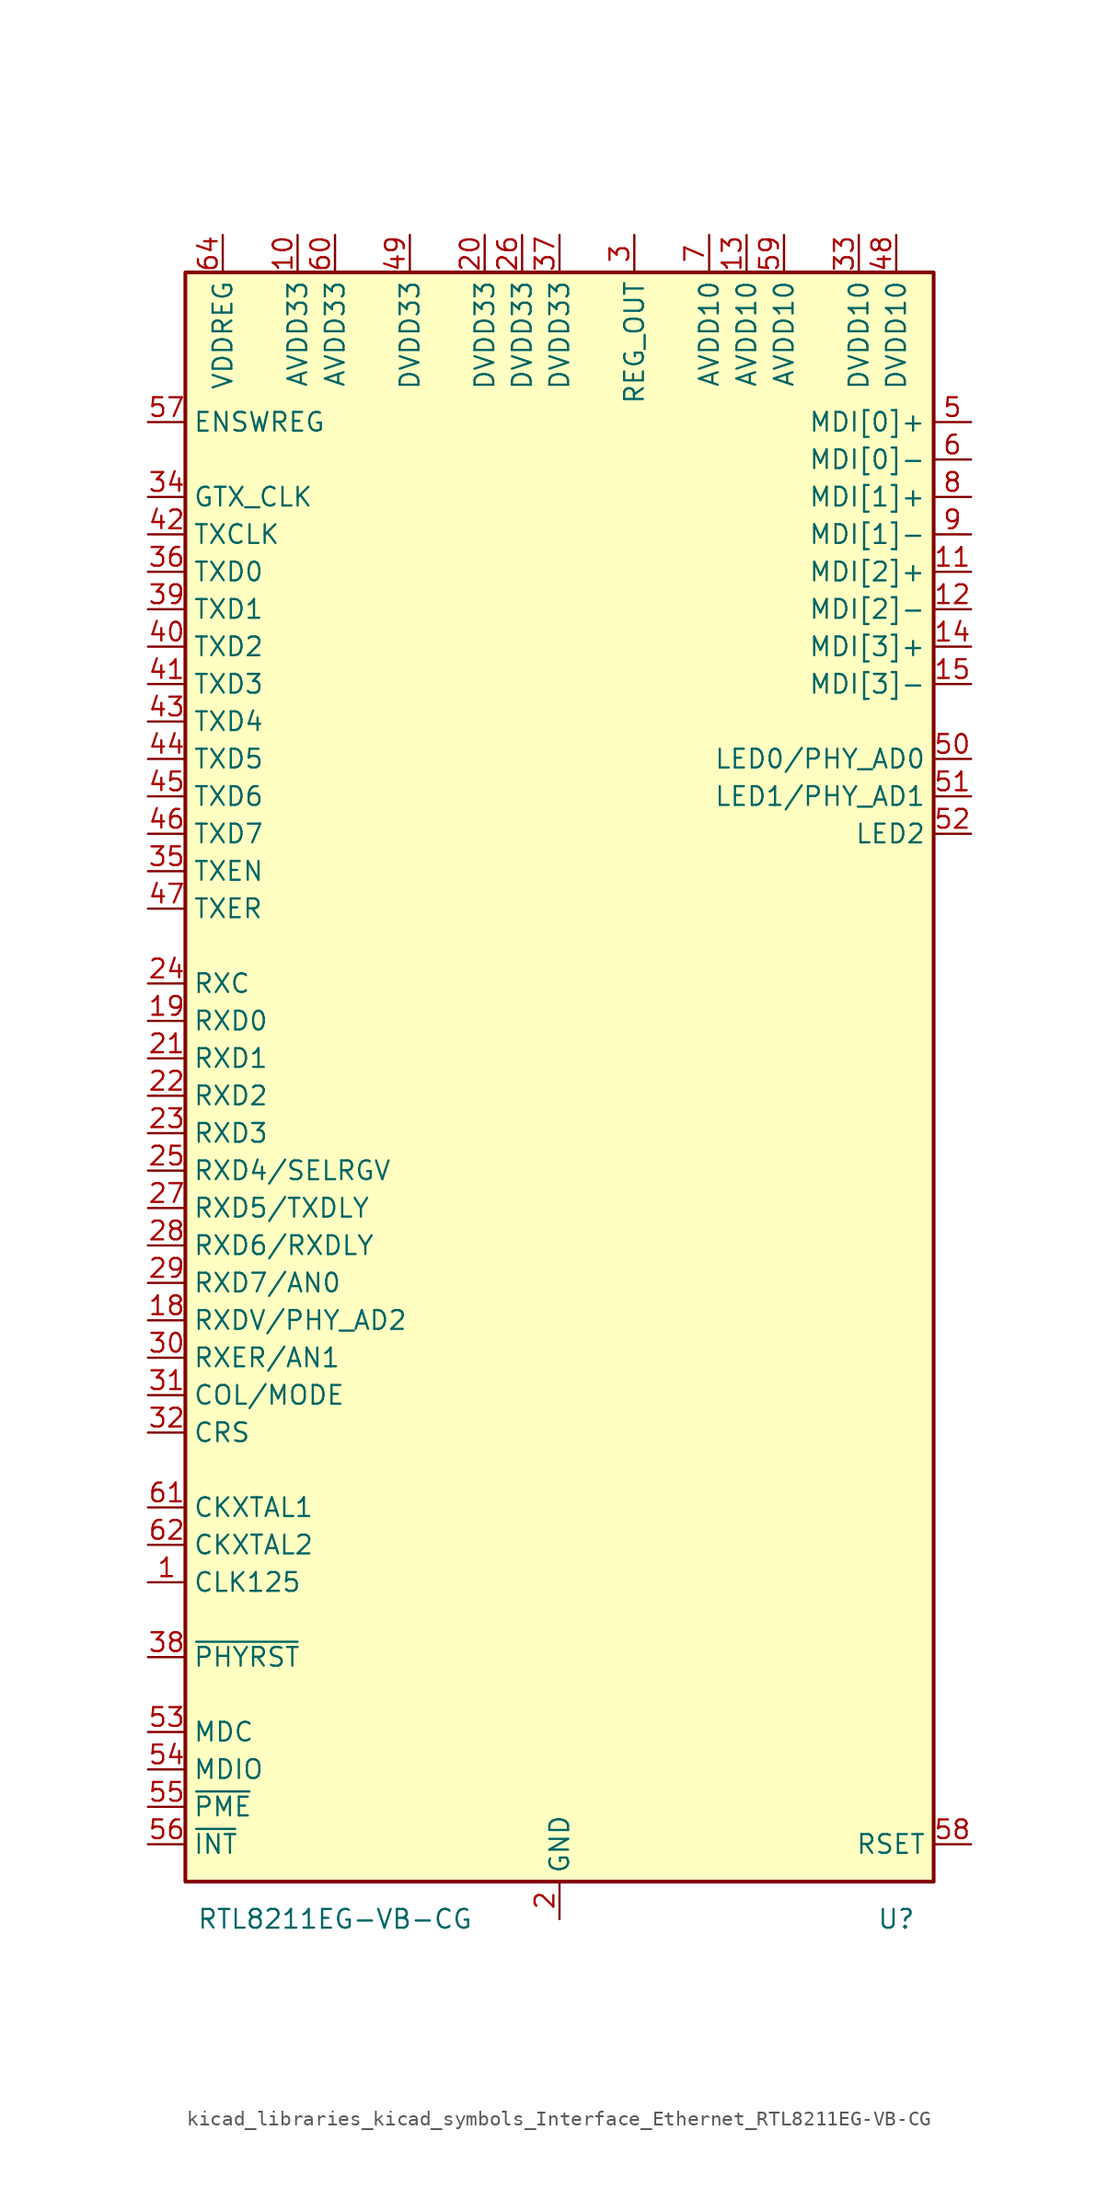
<source format=kicad_sym>
(kicad_symbol_lib
  (version 20220914)
  (generator kicad_symbol_editor)
  (symbol "kicad_libraries_kicad_symbols_Interface_Ethernet_RTL8211EG-VB-CG"
    (property "Reference" "U"
      (at 22.86 -58.42 0)
      (effects (font (size 1.27 1.27))))
    (property "Value" "RTL8211EG-VB-CG"
      (at -15.24 -58.42 0)
      (effects (font (size 1.27 1.27))))
    (symbol "kicad_libraries_kicad_symbols_Interface_Ethernet_RTL8211EG-VB-CG_0_1"
      (rectangle (start -25.4 53.34) (end 25.4 -55.88) (stroke (width 0.254) (type default)) (fill (type background))))
    (symbol "kicad_libraries_kicad_symbols_Interface_Ethernet_RTL8211EG-VB-CG_1_1"
      (pin output line (at -27.94 -35.56 0) (length 2.54) (name "CLK125" (effects (font (size 1.27 1.27)))) (number "1" (effects (font (size 1.27 1.27)))))
      (pin power_in line (at -17.78 55.88 270) (length 2.54) (name "AVDD33" (effects (font (size 1.27 1.27)))) (number "10" (effects (font (size 1.27 1.27)))))
      (pin bidirectional line (at 27.94 33.02 180) (length 2.54) (name "MDI[2]+" (effects (font (size 1.27 1.27)))) (number "11" (effects (font (size 1.27 1.27)))))
      (pin bidirectional line (at 27.94 30.48 180) (length 2.54) (name "MDI[2]-" (effects (font (size 1.27 1.27)))) (number "12" (effects (font (size 1.27 1.27)))))
      (pin power_in line (at 12.7 55.88 270) (length 2.54) (name "AVDD10" (effects (font (size 1.27 1.27)))) (number "13" (effects (font (size 1.27 1.27)))))
      (pin bidirectional line (at 27.94 27.94 180) (length 2.54) (name "MDI[3]+" (effects (font (size 1.27 1.27)))) (number "14" (effects (font (size 1.27 1.27)))))
      (pin bidirectional line (at 27.94 25.4 180) (length 2.54) (name "MDI[3]-" (effects (font (size 1.27 1.27)))) (number "15" (effects (font (size 1.27 1.27)))))
      (pin no_connect line (at 25.4 5.08 180) (length 2.54) hide (name "NC" (effects (font (size 1.27 1.27)))) (number "16" (effects (font (size 1.27 1.27)))))
      (pin no_connect line (at 25.4 2.54 180) (length 2.54) hide (name "NC" (effects (font (size 1.27 1.27)))) (number "17" (effects (font (size 1.27 1.27)))))
      (pin bidirectional line (at -27.94 -17.78 0) (length 2.54) (name "RXDV/PHY_AD2" (effects (font (size 1.27 1.27)))) (number "18" (effects (font (size 1.27 1.27)))))
      (pin output line (at -27.94 2.54 0) (length 2.54) (name "RXD0" (effects (font (size 1.27 1.27)))) (number "19" (effects (font (size 1.27 1.27)))))
      (pin power_in line (at 0 -58.42 90) (length 2.54) (name "GND" (effects (font (size 1.27 1.27)))) (number "2" (effects (font (size 1.27 1.27)))))
      (pin power_in line (at -5.08 55.88 270) (length 2.54) (name "DVDD33" (effects (font (size 1.27 1.27)))) (number "20" (effects (font (size 1.27 1.27)))))
      (pin output line (at -27.94 0 0) (length 2.54) (name "RXD1" (effects (font (size 1.27 1.27)))) (number "21" (effects (font (size 1.27 1.27)))))
      (pin output line (at -27.94 -2.54 0) (length 2.54) (name "RXD2" (effects (font (size 1.27 1.27)))) (number "22" (effects (font (size 1.27 1.27)))))
      (pin output line (at -27.94 -5.08 0) (length 2.54) (name "RXD3" (effects (font (size 1.27 1.27)))) (number "23" (effects (font (size 1.27 1.27)))))
      (pin output line (at -27.94 5.08 0) (length 2.54) (name "RXC" (effects (font (size 1.27 1.27)))) (number "24" (effects (font (size 1.27 1.27)))))
      (pin bidirectional line (at -27.94 -7.62 0) (length 2.54) (name "RXD4/SELRGV" (effects (font (size 1.27 1.27)))) (number "25" (effects (font (size 1.27 1.27)))))
      (pin power_in line (at -2.54 55.88 270) (length 2.54) (name "DVDD33" (effects (font (size 1.27 1.27)))) (number "26" (effects (font (size 1.27 1.27)))))
      (pin bidirectional line (at -27.94 -10.16 0) (length 2.54) (name "RXD5/TXDLY" (effects (font (size 1.27 1.27)))) (number "27" (effects (font (size 1.27 1.27)))))
      (pin bidirectional line (at -27.94 -12.7 0) (length 2.54) (name "RXD6/RXDLY" (effects (font (size 1.27 1.27)))) (number "28" (effects (font (size 1.27 1.27)))))
      (pin bidirectional line (at -27.94 -15.24 0) (length 2.54) (name "RXD7/AN0" (effects (font (size 1.27 1.27)))) (number "29" (effects (font (size 1.27 1.27)))))
      (pin power_out line (at 5.08 55.88 270) (length 2.54) (name "REG_OUT" (effects (font (size 1.27 1.27)))) (number "3" (effects (font (size 1.27 1.27)))))
      (pin bidirectional line (at -27.94 -20.32 0) (length 2.54) (name "RXER/AN1" (effects (font (size 1.27 1.27)))) (number "30" (effects (font (size 1.27 1.27)))))
      (pin bidirectional line (at -27.94 -22.86 0) (length 2.54) (name "COL/MODE" (effects (font (size 1.27 1.27)))) (number "31" (effects (font (size 1.27 1.27)))))
      (pin output line (at -27.94 -25.4 0) (length 2.54) (name "CRS" (effects (font (size 1.27 1.27)))) (number "32" (effects (font (size 1.27 1.27)))))
      (pin power_in line (at 20.32 55.88 270) (length 2.54) (name "DVDD10" (effects (font (size 1.27 1.27)))) (number "33" (effects (font (size 1.27 1.27)))))
      (pin input line (at -27.94 38.1 0) (length 2.54) (name "GTX_CLK" (effects (font (size 1.27 1.27)))) (number "34" (effects (font (size 1.27 1.27)))))
      (pin input line (at -27.94 12.7 0) (length 2.54) (name "TXEN" (effects (font (size 1.27 1.27)))) (number "35" (effects (font (size 1.27 1.27)))))
      (pin input line (at -27.94 33.02 0) (length 2.54) (name "TXD0" (effects (font (size 1.27 1.27)))) (number "36" (effects (font (size 1.27 1.27)))))
      (pin power_in line (at 0 55.88 270) (length 2.54) (name "DVDD33" (effects (font (size 1.27 1.27)))) (number "37" (effects (font (size 1.27 1.27)))))
      (pin input line (at -27.94 -40.64 0) (length 2.54) (name "~{PHYRST}" (effects (font (size 1.27 1.27)))) (number "38" (effects (font (size 1.27 1.27)))))
      (pin input line (at -27.94 30.48 0) (length 2.54) (name "TXD1" (effects (font (size 1.27 1.27)))) (number "39" (effects (font (size 1.27 1.27)))))
      (pin passive line (at 0 -58.42 90) (length 2.54) hide (name "GND" (effects (font (size 1.27 1.27)))) (number "4" (effects (font (size 1.27 1.27)))))
      (pin input line (at -27.94 27.94 0) (length 2.54) (name "TXD2" (effects (font (size 1.27 1.27)))) (number "40" (effects (font (size 1.27 1.27)))))
      (pin input line (at -27.94 25.4 0) (length 2.54) (name "TXD3" (effects (font (size 1.27 1.27)))) (number "41" (effects (font (size 1.27 1.27)))))
      (pin output line (at -27.94 35.56 0) (length 2.54) (name "TXCLK" (effects (font (size 1.27 1.27)))) (number "42" (effects (font (size 1.27 1.27)))))
      (pin input line (at -27.94 22.86 0) (length 2.54) (name "TXD4" (effects (font (size 1.27 1.27)))) (number "43" (effects (font (size 1.27 1.27)))))
      (pin input line (at -27.94 20.32 0) (length 2.54) (name "TXD5" (effects (font (size 1.27 1.27)))) (number "44" (effects (font (size 1.27 1.27)))))
      (pin input line (at -27.94 17.78 0) (length 2.54) (name "TXD6" (effects (font (size 1.27 1.27)))) (number "45" (effects (font (size 1.27 1.27)))))
      (pin input line (at -27.94 15.24 0) (length 2.54) (name "TXD7" (effects (font (size 1.27 1.27)))) (number "46" (effects (font (size 1.27 1.27)))))
      (pin input line (at -27.94 10.16 0) (length 2.54) (name "TXER" (effects (font (size 1.27 1.27)))) (number "47" (effects (font (size 1.27 1.27)))))
      (pin power_in line (at 22.86 55.88 270) (length 2.54) (name "DVDD10" (effects (font (size 1.27 1.27)))) (number "48" (effects (font (size 1.27 1.27)))))
      (pin power_in line (at -10.16 55.88 270) (length 2.54) (name "DVDD33" (effects (font (size 1.27 1.27)))) (number "49" (effects (font (size 1.27 1.27)))))
      (pin bidirectional line (at 27.94 43.18 180) (length 2.54) (name "MDI[0]+" (effects (font (size 1.27 1.27)))) (number "5" (effects (font (size 1.27 1.27)))))
      (pin bidirectional line (at 27.94 20.32 180) (length 2.54) (name "LED0/PHY_AD0" (effects (font (size 1.27 1.27)))) (number "50" (effects (font (size 1.27 1.27)))))
      (pin bidirectional line (at 27.94 17.78 180) (length 2.54) (name "LED1/PHY_AD1" (effects (font (size 1.27 1.27)))) (number "51" (effects (font (size 1.27 1.27)))))
      (pin bidirectional line (at 27.94 15.24 180) (length 2.54) (name "LED2" (effects (font (size 1.27 1.27)))) (number "52" (effects (font (size 1.27 1.27)))))
      (pin input line (at -27.94 -45.72 0) (length 2.54) (name "MDC" (effects (font (size 1.27 1.27)))) (number "53" (effects (font (size 1.27 1.27)))))
      (pin bidirectional line (at -27.94 -48.26 0) (length 2.54) (name "MDIO" (effects (font (size 1.27 1.27)))) (number "54" (effects (font (size 1.27 1.27)))))
      (pin open_collector line (at -27.94 -50.8 0) (length 2.54) (name "~{PME}" (effects (font (size 1.27 1.27)))) (number "55" (effects (font (size 1.27 1.27)))))
      (pin open_collector line (at -27.94 -53.34 0) (length 2.54) (name "~{INT}" (effects (font (size 1.27 1.27)))) (number "56" (effects (font (size 1.27 1.27)))))
      (pin input line (at -27.94 43.18 0) (length 2.54) (name "ENSWREG" (effects (font (size 1.27 1.27)))) (number "57" (effects (font (size 1.27 1.27)))))
      (pin passive line (at 27.94 -53.34 180) (length 2.54) (name "RSET" (effects (font (size 1.27 1.27)))) (number "58" (effects (font (size 1.27 1.27)))))
      (pin power_in line (at 15.24 55.88 270) (length 2.54) (name "AVDD10" (effects (font (size 1.27 1.27)))) (number "59" (effects (font (size 1.27 1.27)))))
      (pin bidirectional line (at 27.94 40.64 180) (length 2.54) (name "MDI[0]-" (effects (font (size 1.27 1.27)))) (number "6" (effects (font (size 1.27 1.27)))))
      (pin power_in line (at -15.24 55.88 270) (length 2.54) (name "AVDD33" (effects (font (size 1.27 1.27)))) (number "60" (effects (font (size 1.27 1.27)))))
      (pin input line (at -27.94 -30.48 0) (length 2.54) (name "CKXTAL1" (effects (font (size 1.27 1.27)))) (number "61" (effects (font (size 1.27 1.27)))))
      (pin output line (at -27.94 -33.02 0) (length 2.54) (name "CKXTAL2" (effects (font (size 1.27 1.27)))) (number "62" (effects (font (size 1.27 1.27)))))
      (pin passive line (at 0 -58.42 90) (length 2.54) hide (name "GND" (effects (font (size 1.27 1.27)))) (number "63" (effects (font (size 1.27 1.27)))))
      (pin power_in line (at -22.86 55.88 270) (length 2.54) (name "VDDREG" (effects (font (size 1.27 1.27)))) (number "64" (effects (font (size 1.27 1.27)))))
      (pin passive line (at 0 -58.42 90) (length 2.54) hide (name "GND" (effects (font (size 1.27 1.27)))) (number "65" (effects (font (size 1.27 1.27)))))
      (pin power_in line (at 10.16 55.88 270) (length 2.54) (name "AVDD10" (effects (font (size 1.27 1.27)))) (number "7" (effects (font (size 1.27 1.27)))))
      (pin bidirectional line (at 27.94 38.1 180) (length 2.54) (name "MDI[1]+" (effects (font (size 1.27 1.27)))) (number "8" (effects (font (size 1.27 1.27)))))
      (pin bidirectional line (at 27.94 35.56 180) (length 2.54) (name "MDI[1]-" (effects (font (size 1.27 1.27)))) (number "9" (effects (font (size 1.27 1.27))))))))
</source>
